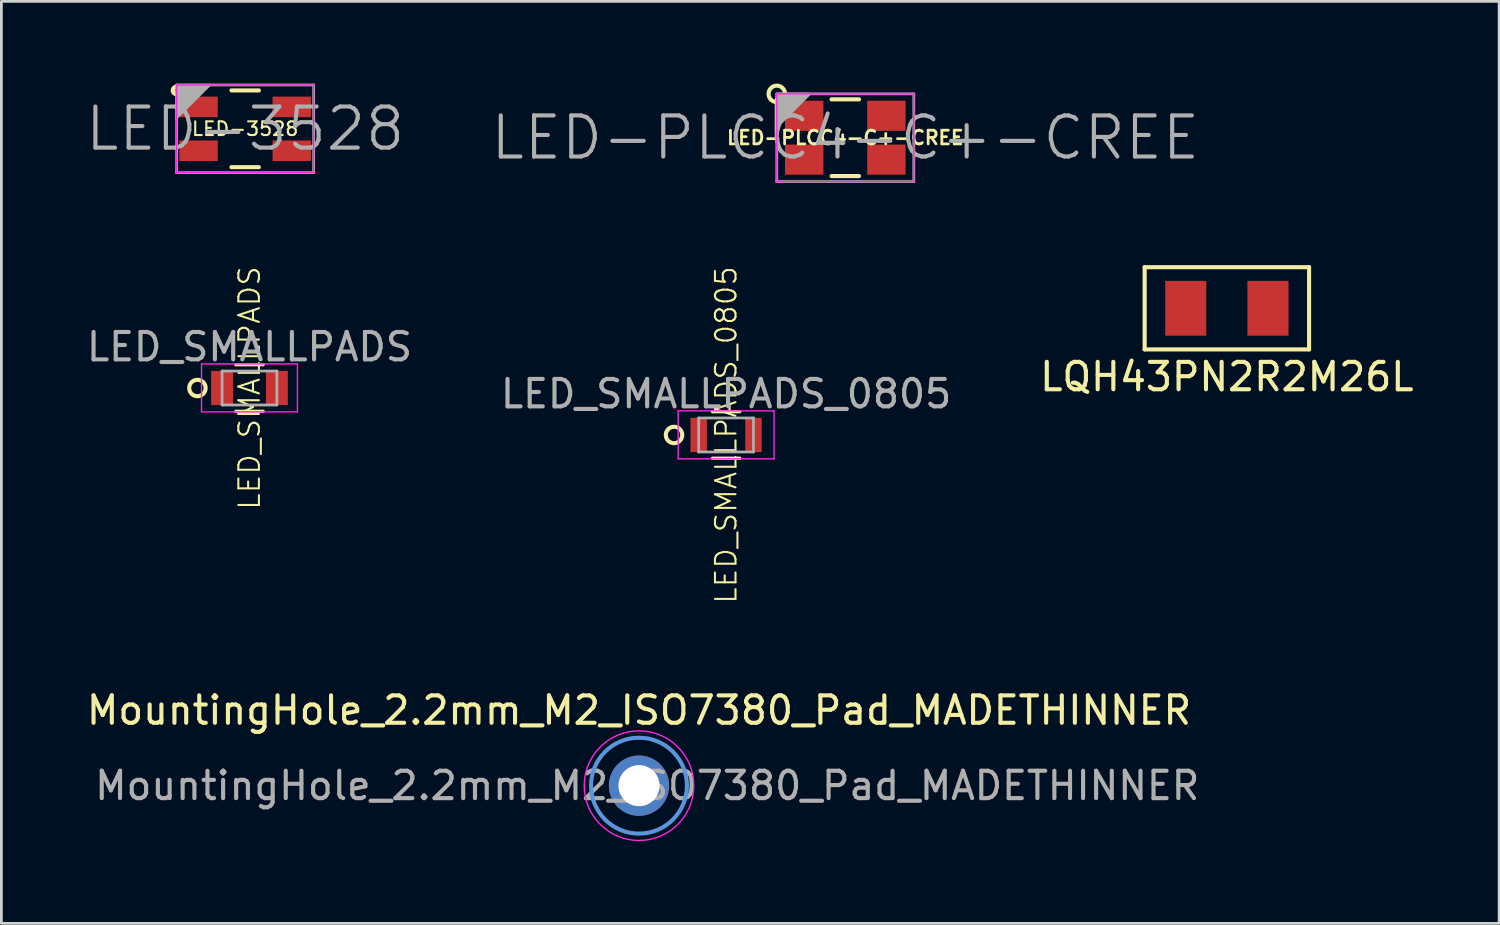
<source format=kicad_pcb>
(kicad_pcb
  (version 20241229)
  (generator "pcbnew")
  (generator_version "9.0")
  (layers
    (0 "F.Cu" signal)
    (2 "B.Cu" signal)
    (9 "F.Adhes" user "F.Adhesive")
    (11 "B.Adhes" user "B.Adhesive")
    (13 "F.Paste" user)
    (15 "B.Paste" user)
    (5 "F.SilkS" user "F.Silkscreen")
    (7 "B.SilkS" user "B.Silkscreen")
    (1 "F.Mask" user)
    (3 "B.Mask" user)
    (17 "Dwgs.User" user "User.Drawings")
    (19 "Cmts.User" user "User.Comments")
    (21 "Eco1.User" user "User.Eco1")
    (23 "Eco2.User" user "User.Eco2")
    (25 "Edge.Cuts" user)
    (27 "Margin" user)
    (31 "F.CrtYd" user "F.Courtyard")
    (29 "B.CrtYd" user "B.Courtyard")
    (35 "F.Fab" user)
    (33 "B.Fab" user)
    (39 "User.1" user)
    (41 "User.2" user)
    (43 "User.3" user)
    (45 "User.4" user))
  (footprint "MountingHole_2.2mm_M2_ISO7380_Pad_MADETHINNER"
    (layer "F.Cu")
    (at 20.268 25.62)
    (property "Reference" "MountingHole_2.2mm_M2_ISO7380_Pad_MADETHINNER" (at 0 -2.75 0) (layer "F.SilkS") (effects (font (size 1 1) (thickness 0.15))))
    (attr exclude_from_pos_files exclude_from_bom)
    (fp_circle (center 0 0) (end 1.75 0) (stroke (width 0.15) (type solid)) (fill no) (layer "Cmts.User"))
    (fp_circle (center 0 0) (end 2 0) (stroke (width 0.05) (type solid)) (fill no) (layer "F.CrtYd"))
    (fp_text user "${REFERENCE}" (at 0.3 0 0) (layer "F.Fab") (effects (font (size 1 1) (thickness 0.15))))
    (pad "1" thru_hole circle (at 0 0) (size 2.2 2.2) (drill 1.5) (layers "*.Cu" "*.Mask")))
  (footprint "LQH43PN2R2M26L"
    (layer "F.Cu")
    (at 41.72 8.2)
    (property "Reference" "LQH43PN2R2M26L" (at 0 2.5 0) (layer "F.SilkS") (effects (font (size 1 1) (thickness 0.15))))
    (attr through_hole)
    (fp_line (start -3 -1.5) (end 3 -1.5) (stroke (width 0.15) (type solid)) (layer "F.SilkS"))
    (fp_line (start -3 1.5) (end -3 -1.5) (stroke (width 0.15) (type solid)) (layer "F.SilkS"))
    (fp_line (start 3 -1.5) (end 3 1.5) (stroke (width 0.15) (type solid)) (layer "F.SilkS"))
    (fp_line (start 3 1.5) (end -3 1.5) (stroke (width 0.15) (type solid)) (layer "F.SilkS"))
    (pad "1" smd rect (at -1.5 0) (size 1.5 2) (layers "F.Cu" "F.Mask" "F.Paste"))
    (pad "2" smd rect (at 1.5 0) (size 1.5 2) (layers "F.Cu" "F.Mask" "F.Paste")))
  (footprint "LED_SMALLPADS"
    (layer "F.Cu")
    (at 6.054 11.109)
    (property "Reference" "LED_SMALLPADS" (at 0 0 90) (layer "F.SilkS") (effects (font (size 0.75 0.75) (thickness 0.075))))
    (attr smd)
    (fp_line (start -0.5 0.85) (end 0.5 0.85) (stroke (width 0.12) (type solid)) (layer "F.SilkS"))
    (fp_line (start 0.5 -0.85) (end -0.5 -0.85) (stroke (width 0.12) (type solid)) (layer "F.SilkS"))
    (fp_circle (center -1.9 0) (end -1.9 -0.3) (stroke (width 0.15) (type solid)) (fill no) (layer "F.SilkS"))
    (fp_line (start -1.75 -0.88) (end -1.75 0.87) (stroke (width 0.05) (type solid)) (layer "F.CrtYd"))
    (fp_line (start -1.75 -0.88) (end 1.75 -0.88) (stroke (width 0.05) (type solid)) (layer "F.CrtYd"))
    (fp_line (start 1.75 0.87) (end -1.75 0.87) (stroke (width 0.05) (type solid)) (layer "F.CrtYd"))
    (fp_line (start 1.75 0.87) (end 1.75 -0.88) (stroke (width 0.05) (type solid)) (layer "F.CrtYd"))
    (fp_line (start -1 -0.62) (end 1 -0.62) (stroke (width 0.1) (type solid)) (layer "F.Fab"))
    (fp_line (start -1 0.62) (end -1 -0.62) (stroke (width 0.1) (type solid)) (layer "F.Fab"))
    (fp_line (start 1 -0.62) (end 1 0.62) (stroke (width 0.1) (type solid)) (layer "F.Fab"))
    (fp_line (start 1 0.62) (end -1 0.62) (stroke (width 0.1) (type solid)) (layer "F.Fab"))
    (fp_text user "${REFERENCE}" (at 0 -1.5 0) (layer "F.Fab") (effects (font (size 1 1) (thickness 0.15))))
    (pad "1" smd rect (at -1 0) (size 0.8 1.25) (layers "F.Cu" "F.Mask" "F.Paste"))
    (pad "2" smd rect (at 1 0) (size 0.8 1.25) (layers "F.Cu" "F.Mask" "F.Paste")))
  (footprint "LED-PLCC4-C+-CREE"
    (layer "F.Cu")
    (at 27.796 1.975)
    (property "Reference" "LED-PLCC4-C+-CREE" (at 0 0 0) (layer "F.SilkS") (effects (font (size 0.5 0.5) (thickness 0.1))))
    (attr through_hole)
    (fp_line (start -2.5 -0.2) (end -2.5 -1.4) (stroke (width 0.15) (type solid)) (layer "F.SilkS"))
    (fp_line (start -0.5 -1.4) (end 0.5 -1.4) (stroke (width 0.15) (type solid)) (layer "F.SilkS"))
    (fp_line (start -0.5 1.4) (end 0.5 1.4) (stroke (width 0.15) (type solid)) (layer "F.SilkS"))
    (fp_circle (center -2.5 -1.6) (end -2.5 -1.9) (stroke (width 0.15) (type solid)) (fill no) (layer "F.SilkS"))
    (fp_line (start -2.5 -1.6) (end 2.5 -1.6) (stroke (width 0.05) (type solid)) (layer "F.CrtYd"))
    (fp_line (start -2.5 1.6) (end -2.5 -1.6) (stroke (width 0.05) (type solid)) (layer "F.CrtYd"))
    (fp_line (start 2.5 -1.6) (end 2.5 1.6) (stroke (width 0.05) (type solid)) (layer "F.CrtYd"))
    (fp_line (start 2.5 1.6) (end -2.5 1.6) (stroke (width 0.05) (type solid)) (layer "F.CrtYd"))
    (fp_line (start -2.5 -1.6) (end 2.5 -1.6) (stroke (width 0.1) (type solid)) (layer "F.Fab"))
    (fp_line (start -2.5 -1.4) (end -2.3 -1.6) (stroke (width 0.1) (type solid)) (layer "F.Fab"))
    (fp_line (start -2.5 -1.2) (end -2.1 -1.6) (stroke (width 0.1) (type solid)) (layer "F.Fab"))
    (fp_line (start -2.5 -1) (end -1.9 -1.6) (stroke (width 0.1) (type solid)) (layer "F.Fab"))
    (fp_line (start -2.5 -0.8) (end -1.7 -1.6) (stroke (width 0.1) (type solid)) (layer "F.Fab"))
    (fp_line (start -2.5 -0.6) (end -1.5 -1.6) (stroke (width 0.1) (type solid)) (layer "F.Fab"))
    (fp_line (start -2.5 -0.4) (end -1.3 -1.6) (stroke (width 0.1) (type solid)) (layer "F.Fab"))
    (fp_line (start -2.5 1.6) (end -2.5 -1.6) (stroke (width 0.1) (type solid)) (layer "F.Fab"))
    (fp_line (start -2.4 -1.6) (end -2.5 -1.5) (stroke (width 0.1) (type solid)) (layer "F.Fab"))
    (fp_line (start -2.2 -1.6) (end -2.5 -1.3) (stroke (width 0.1) (type solid)) (layer "F.Fab"))
    (fp_line (start -2 -1.6) (end -2.5 -1.1) (stroke (width 0.1) (type solid)) (layer "F.Fab"))
    (fp_line (start -1.8 -1.6) (end -2.5 -0.9) (stroke (width 0.1) (type solid)) (layer "F.Fab"))
    (fp_line (start -1.6 -1.6) (end -2.5 -0.7) (stroke (width 0.1) (type solid)) (layer "F.Fab"))
    (fp_line (start -1.4 -1.6) (end -2.5 -0.5) (stroke (width 0.1) (type solid)) (layer "F.Fab"))
    (fp_line (start 2.5 -1.6) (end 2.5 1.6) (stroke (width 0.1) (type solid)) (layer "F.Fab"))
    (fp_line (start 2.5 1.6) (end -2.5 1.6) (stroke (width 0.1) (type solid)) (layer "F.Fab"))
    (fp_text user "${REFERENCE}" (at 0 0 0) (layer "F.Fab") (effects (font (size 1.5 1.5) (thickness 0.15))))
    (pad "1" smd rect (at -1.5 -0.8) (size 1.4 1.1) (layers "F.Cu" "F.Mask" "F.Paste"))
    (pad "2" smd rect (at -1.5 0.8) (size 1.4 1.1) (layers "F.Cu" "F.Mask" "F.Paste"))
    (pad "3" smd rect (at 1.5 -0.8) (size 1.4 1.1) (layers "F.Cu" "F.Mask" "F.Paste"))
    (pad "4" smd rect (at 1.5 0.8) (size 1.4 1.1) (layers "F.Cu" "F.Mask" "F.Paste")))
  (footprint "LED_SMALLPADS_0805"
    (layer "F.Cu")
    (at 23.446 12.823)
    (property "Reference" "LED_SMALLPADS_0805" (at 0 0 90) (layer "F.SilkS") (effects (font (size 0.75 0.75) (thickness 0.075))))
    (attr smd)
    (fp_line (start -0.5 0.85) (end 0.5 0.85) (stroke (width 0.12) (type solid)) (layer "F.SilkS"))
    (fp_line (start 0.5 -0.85) (end -0.5 -0.85) (stroke (width 0.12) (type solid)) (layer "F.SilkS"))
    (fp_circle (center -1.9 0) (end -1.9 -0.3) (stroke (width 0.15) (type solid)) (fill no) (layer "F.SilkS"))
    (fp_line (start -1.75 -0.88) (end -1.75 0.87) (stroke (width 0.05) (type solid)) (layer "F.CrtYd"))
    (fp_line (start -1.75 -0.88) (end 1.75 -0.88) (stroke (width 0.05) (type solid)) (layer "F.CrtYd"))
    (fp_line (start 1.75 0.87) (end -1.75 0.87) (stroke (width 0.05) (type solid)) (layer "F.CrtYd"))
    (fp_line (start 1.75 0.87) (end 1.75 -0.88) (stroke (width 0.05) (type solid)) (layer "F.CrtYd"))
    (fp_line (start -1 -0.62) (end 1 -0.62) (stroke (width 0.1) (type solid)) (layer "F.Fab"))
    (fp_line (start -1 0.62) (end -1 -0.62) (stroke (width 0.1) (type solid)) (layer "F.Fab"))
    (fp_line (start 1 -0.62) (end 1 0.62) (stroke (width 0.1) (type solid)) (layer "F.Fab"))
    (fp_line (start 1 0.62) (end -1 0.62) (stroke (width 0.1) (type solid)) (layer "F.Fab"))
    (fp_text user "${REFERENCE}" (at 0 -1.5 0) (layer "F.Fab") (effects (font (size 1 1) (thickness 0.15))))
    (pad "1" smd rect (at -1 0) (size 0.6 1.25) (layers "F.Cu" "F.Mask" "F.Paste"))
    (pad "2" smd rect (at 1 0) (size 0.6 1.25) (layers "F.Cu" "F.Mask" "F.Paste")))
  (footprint "LED-3528"
    (layer "F.Cu")
    (at 5.896 1.65)
    (property "Reference" "LED-3528" (at 0 0 0) (layer "F.SilkS") (effects (font (size 0.5 0.5) (thickness 0.075))))
    (attr through_hole)
    (fp_line (start -0.5 -1.4) (end 0.5 -1.4) (stroke (width 0.15) (type solid)) (layer "F.SilkS"))
    (fp_line (start -0.5 1.4) (end 0.5 1.4) (stroke (width 0.15) (type solid)) (layer "F.SilkS"))
    (fp_circle (center -2.5 -1.4) (end -2.6 -1.5) (stroke (width 0.15) (type solid)) (fill no) (layer "F.SilkS"))
    (fp_line (start -2.5 -1.6) (end 2.5 -1.6) (stroke (width 0.05) (type solid)) (layer "F.CrtYd"))
    (fp_line (start -2.5 1.6) (end -2.5 -1.6) (stroke (width 0.05) (type solid)) (layer "F.CrtYd"))
    (fp_line (start 2.5 -1.6) (end 2.5 1.6) (stroke (width 0.05) (type solid)) (layer "F.CrtYd"))
    (fp_line (start 2.5 1.6) (end -2.5 1.6) (stroke (width 0.05) (type solid)) (layer "F.CrtYd"))
    (fp_line (start -2.5 -1.6) (end 2.5 -1.6) (stroke (width 0.1) (type solid)) (layer "F.Fab"))
    (fp_line (start -2.5 -1.4) (end -2.3 -1.6) (stroke (width 0.1) (type solid)) (layer "F.Fab"))
    (fp_line (start -2.5 -1.2) (end -2.1 -1.6) (stroke (width 0.1) (type solid)) (layer "F.Fab"))
    (fp_line (start -2.5 -1) (end -1.9 -1.6) (stroke (width 0.1) (type solid)) (layer "F.Fab"))
    (fp_line (start -2.5 -0.8) (end -1.7 -1.6) (stroke (width 0.1) (type solid)) (layer "F.Fab"))
    (fp_line (start -2.5 -0.6) (end -1.5 -1.6) (stroke (width 0.1) (type solid)) (layer "F.Fab"))
    (fp_line (start -2.5 -0.4) (end -1.3 -1.6) (stroke (width 0.1) (type solid)) (layer "F.Fab"))
    (fp_line (start -2.5 1.6) (end -2.5 -1.6) (stroke (width 0.1) (type solid)) (layer "F.Fab"))
    (fp_line (start -2.4 -1.6) (end -2.5 -1.5) (stroke (width 0.1) (type solid)) (layer "F.Fab"))
    (fp_line (start -2.2 -1.6) (end -2.5 -1.3) (stroke (width 0.1) (type solid)) (layer "F.Fab"))
    (fp_line (start -2 -1.6) (end -2.5 -1.1) (stroke (width 0.1) (type solid)) (layer "F.Fab"))
    (fp_line (start -1.8 -1.6) (end -2.5 -0.9) (stroke (width 0.1) (type solid)) (layer "F.Fab"))
    (fp_line (start -1.6 -1.6) (end -2.5 -0.7) (stroke (width 0.1) (type solid)) (layer "F.Fab"))
    (fp_line (start -1.4 -1.6) (end -2.5 -0.5) (stroke (width 0.1) (type solid)) (layer "F.Fab"))
    (fp_line (start 2.5 -1.6) (end 2.5 1.6) (stroke (width 0.1) (type solid)) (layer "F.Fab"))
    (fp_line (start 2.5 1.6) (end -2.5 1.6) (stroke (width 0.1) (type solid)) (layer "F.Fab"))
    (fp_text user "${REFERENCE}" (at 0 0 0) (layer "F.Fab") (effects (font (size 1.5 1.5) (thickness 0.15))))
    (pad "1" smd rect (at -1.7 -0.8) (size 1.4 0.75) (layers "F.Cu" "F.Mask" "F.Paste"))
    (pad "2" smd rect (at 1.7 -0.8) (size 1.4 0.75) (layers "F.Cu" "F.Mask" "F.Paste"))
    (pad "3" smd rect (at -1.7 0.8) (size 1.4 0.75) (layers "F.Cu" "F.Mask" "F.Paste"))
    (pad "4" smd rect (at 1.7 0.8) (size 1.4 0.75) (layers "F.Cu" "F.Mask" "F.Paste")))
  (gr_rect
    (start -3 -3)
    (end 51.655 30.645)
    (stroke (width 0.1) (type default))
    (fill no)
    (layer "Edge.Cuts")))
</source>
